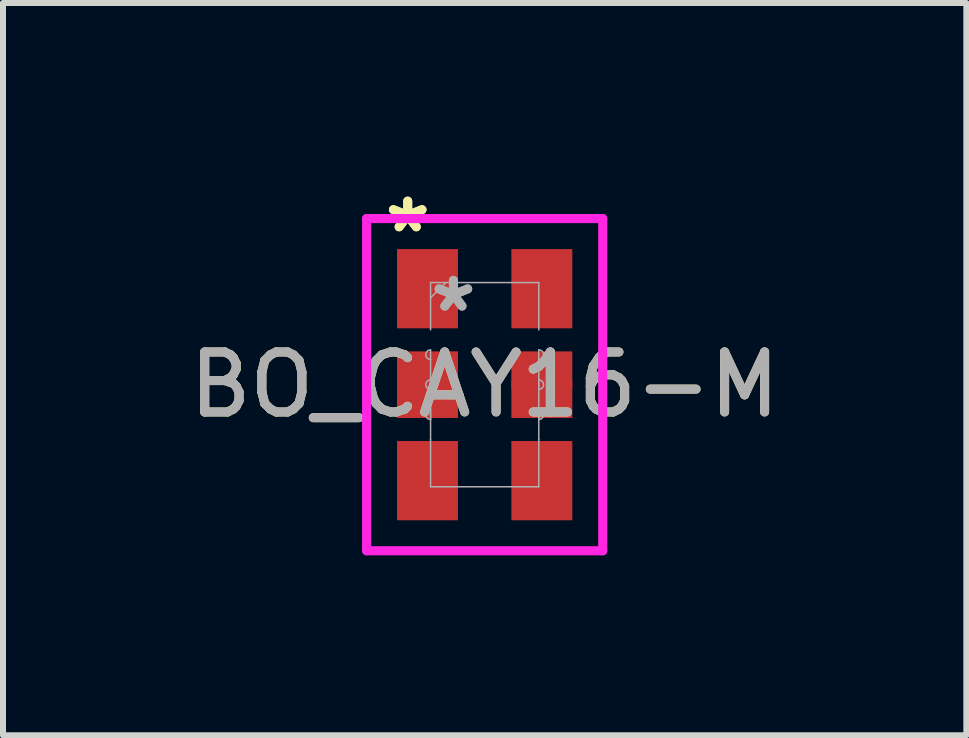
<source format=kicad_pcb>
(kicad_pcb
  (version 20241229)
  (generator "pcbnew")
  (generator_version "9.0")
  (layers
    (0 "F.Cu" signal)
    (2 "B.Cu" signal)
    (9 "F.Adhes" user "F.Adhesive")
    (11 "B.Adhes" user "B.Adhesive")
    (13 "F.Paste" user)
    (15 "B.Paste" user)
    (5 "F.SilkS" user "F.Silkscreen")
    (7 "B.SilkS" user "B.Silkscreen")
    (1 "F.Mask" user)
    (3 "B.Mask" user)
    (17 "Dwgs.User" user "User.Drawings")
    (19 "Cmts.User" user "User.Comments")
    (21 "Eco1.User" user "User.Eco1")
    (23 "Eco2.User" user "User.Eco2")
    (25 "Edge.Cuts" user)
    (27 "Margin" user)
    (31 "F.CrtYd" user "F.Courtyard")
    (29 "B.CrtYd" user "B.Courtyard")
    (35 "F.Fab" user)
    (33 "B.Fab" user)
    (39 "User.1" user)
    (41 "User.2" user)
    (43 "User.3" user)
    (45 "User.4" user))
  (footprint "BO_CAY16-M"
    (layer "F.Cu")
    (at 5.03 3.363)
    (property "Reference" "BO_CAY16-M" (at 0 0 0) (unlocked yes) (layer "F.SilkS") (effects (font (size 1 1) (thickness 0.15))))
    (attr smd)
    (fp_line (start -1.968 -2.769) (end 1.968 -2.769) (stroke (width 0.152) (type solid)) (layer "F.CrtYd"))
    (fp_line (start -1.968 2.769) (end -1.968 -2.769) (stroke (width 0.152) (type solid)) (layer "F.CrtYd"))
    (fp_line (start 1.968 -2.769) (end 1.968 2.769) (stroke (width 0.152) (type solid)) (layer "F.CrtYd"))
    (fp_line (start 1.968 2.769) (end -1.968 2.769) (stroke (width 0.152) (type solid)) (layer "F.CrtYd"))
    (fp_line (start -0.902 -1.702) (end 0.902 -1.702) (stroke (width 0.025) (type solid)) (layer "F.Fab"))
    (fp_line (start -0.902 -0.914) (end -0.902 -1.702) (stroke (width 0.025) (type solid)) (layer "F.Fab"))
    (fp_line (start -0.902 -0.58) (end -0.902 0.08) (stroke (width 0.025) (type solid)) (layer "F.Fab"))
    (fp_line (start -0.902 -0.08) (end -0.902 0.58) (stroke (width 0.025) (type solid)) (layer "F.Fab"))
    (fp_line (start -0.902 0.42) (end -0.902 0.914) (stroke (width 0.025) (type solid)) (layer "F.Fab"))
    (fp_line (start -0.902 0.914) (end -0.902 1.702) (stroke (width 0.025) (type solid)) (layer "F.Fab"))
    (fp_line (start -0.902 1.702) (end 0.902 1.702) (stroke (width 0.025) (type solid)) (layer "F.Fab"))
    (fp_line (start -0.648 -1.702) (end -0.902 -1.448) (stroke (width 0.025) (type solid)) (layer "F.Fab"))
    (fp_line (start 0.902 -0.914) (end 0.902 -1.702) (stroke (width 0.025) (type solid)) (layer "F.Fab"))
    (fp_line (start 0.902 -0.58) (end 0.902 0.08) (stroke (width 0.025) (type solid)) (layer "F.Fab"))
    (fp_line (start 0.902 -0.08) (end 0.902 0.58) (stroke (width 0.025) (type solid)) (layer "F.Fab"))
    (fp_line (start 0.902 0.42) (end 0.902 0.914) (stroke (width 0.025) (type solid)) (layer "F.Fab"))
    (fp_line (start 0.902 0.914) (end 0.902 1.702) (stroke (width 0.025) (type solid)) (layer "F.Fab"))
    (fp_arc (start -0.9017 -0.419989) (mid -0.981837 -0.500126) (end -0.9017 -0.580263) (stroke (width 0.0254) (type solid)) (layer "F.Fab"))
    (fp_arc (start -0.9017 0.080137) (mid -0.981837 0) (end -0.9017 -0.080137) (stroke (width 0.0254) (type solid)) (layer "F.Fab"))
    (fp_arc (start -0.9017 0.580263) (mid -0.981837 0.500126) (end -0.9017 0.419989) (stroke (width 0.0254) (type solid)) (layer "F.Fab"))
    (fp_arc (start 0.9017 -0.580263) (mid 0.981837 -0.500126) (end 0.9017 -0.419989) (stroke (width 0.0254) (type solid)) (layer "F.Fab"))
    (fp_arc (start 0.9017 -0.080137) (mid 0.981837 0) (end 0.9017 0.080137) (stroke (width 0.0254) (type solid)) (layer "F.Fab"))
    (fp_arc (start 0.9017 0.419989) (mid 0.981837 0.500126) (end 0.9017 0.580263) (stroke (width 0.0254) (type solid)) (layer "F.Fab"))
    (fp_text user "*" (at -1.283 -2.515 0) (layer "F.SilkS") (effects (font (size 1 1) (thickness 0.15))))
    (fp_text user "*" (at -1.283 -2.515 0) (unlocked yes) (layer "F.SilkS") (effects (font (size 1 1) (thickness 0.15))))
    (fp_text user "${REFERENCE}" (at 0 0 0) (unlocked yes) (layer "F.Fab") (effects (font (size 1 1) (thickness 0.15))))
    (fp_text user "*" (at -0.521 -1.194 0) (unlocked yes) (layer "F.Fab") (effects (font (size 1 1) (thickness 0.15))))
    (fp_text user "*" (at -0.521 -1.194 0) (layer "F.Fab") (effects (font (size 1 1) (thickness 0.15))))
    (pad "1" smd rect (at -0.953 -1.6) (size 1.016 1.321) (layers "F.Cu" "F.Mask" "F.Paste"))
    (pad "2" smd rect (at -0.953 -0.25) (size 1.016 0.61) (layers "F.Cu" "F.Mask" "F.Paste"))
    (pad "3" smd rect (at -0.953 0.25) (size 1.016 0.61) (layers "F.Cu" "F.Mask" "F.Paste"))
    (pad "4" smd rect (at -0.953 1.6) (size 1.016 1.321) (layers "F.Cu" "F.Mask" "F.Paste"))
    (pad "5" smd rect (at 0.953 1.6) (size 1.016 1.321) (layers "F.Cu" "F.Mask" "F.Paste"))
    (pad "6" smd rect (at 0.953 0.25) (size 1.016 0.61) (layers "F.Cu" "F.Mask" "F.Paste"))
    (pad "7" smd rect (at 0.953 -0.25) (size 1.016 0.61) (layers "F.Cu" "F.Mask" "F.Paste"))
    (pad "8" smd rect (at 0.953 -1.6) (size 1.016 1.321) (layers "F.Cu" "F.Mask" "F.Paste")))
  (gr_rect
    (start -3 -3)
    (end 13.06 9.208)
    (stroke (width 0.1) (type default))
    (fill no)
    (layer "Edge.Cuts")))
</source>
